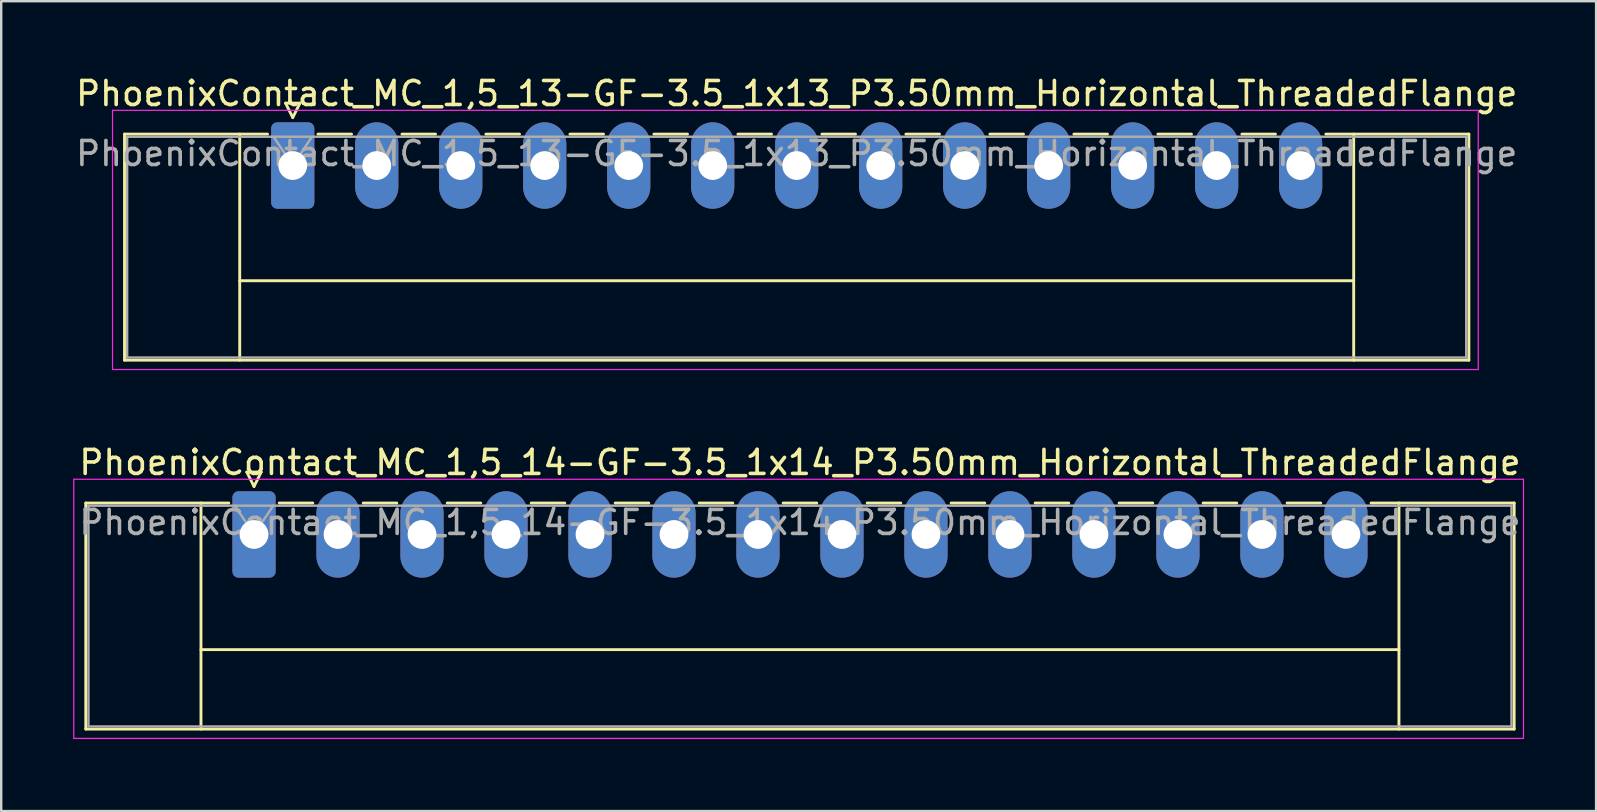
<source format=kicad_pcb>
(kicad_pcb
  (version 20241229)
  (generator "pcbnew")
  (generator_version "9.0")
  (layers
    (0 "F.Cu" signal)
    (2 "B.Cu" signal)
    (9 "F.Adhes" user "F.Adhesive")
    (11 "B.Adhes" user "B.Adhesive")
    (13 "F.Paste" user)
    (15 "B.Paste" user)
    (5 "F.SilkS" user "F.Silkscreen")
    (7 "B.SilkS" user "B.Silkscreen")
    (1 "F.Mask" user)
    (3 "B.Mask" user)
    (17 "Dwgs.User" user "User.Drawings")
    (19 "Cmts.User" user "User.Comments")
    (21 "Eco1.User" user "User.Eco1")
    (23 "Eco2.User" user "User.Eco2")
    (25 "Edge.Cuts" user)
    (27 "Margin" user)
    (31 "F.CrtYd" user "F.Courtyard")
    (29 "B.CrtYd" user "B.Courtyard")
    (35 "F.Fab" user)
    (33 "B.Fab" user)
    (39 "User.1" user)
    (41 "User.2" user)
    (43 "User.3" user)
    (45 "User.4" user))
  (footprint "PhoenixContact_MC_1,5_13-GF-3.5_1x13_P3.50mm_Horizontal_ThreadedFlange"
    (layer "F.Cu")
    (at 9.149 3.848)
    (property "Reference" "PhoenixContact_MC_1,5_13-GF-3.5_1x13_P3.50mm_Horizontal_ThreadedFlange" (at 21 -3 0) (layer "F.SilkS") (effects (font (size 1 1) (thickness 0.15))))
    (attr through_hole)
    (fp_line (start -7.01 -1.31) (end -7.01 8.11) (stroke (width 0.12) (type solid)) (layer "F.SilkS"))
    (fp_line (start -7.01 -1.31) (end -1.05 -1.31) (stroke (width 0.12) (type solid)) (layer "F.SilkS"))
    (fp_line (start -7.01 8.11) (end 49.01 8.11) (stroke (width 0.12) (type solid)) (layer "F.SilkS"))
    (fp_line (start -2.21 -1.31) (end -2.21 8.11) (stroke (width 0.12) (type solid)) (layer "F.SilkS"))
    (fp_line (start -2.21 4.8) (end 44.21 4.8) (stroke (width 0.12) (type solid)) (layer "F.SilkS"))
    (fp_line (start -0.3 -2.6) (end 0.3 -2.6) (stroke (width 0.12) (type solid)) (layer "F.SilkS"))
    (fp_line (start 0 -2) (end -0.3 -2.6) (stroke (width 0.12) (type solid)) (layer "F.SilkS"))
    (fp_line (start 0.3 -2.6) (end 0 -2) (stroke (width 0.12) (type solid)) (layer "F.SilkS"))
    (fp_line (start 1.05 -1.31) (end 2.45 -1.31) (stroke (width 0.12) (type solid)) (layer "F.SilkS"))
    (fp_line (start 4.55 -1.31) (end 5.95 -1.31) (stroke (width 0.12) (type solid)) (layer "F.SilkS"))
    (fp_line (start 8.05 -1.31) (end 9.45 -1.31) (stroke (width 0.12) (type solid)) (layer "F.SilkS"))
    (fp_line (start 11.55 -1.31) (end 12.95 -1.31) (stroke (width 0.12) (type solid)) (layer "F.SilkS"))
    (fp_line (start 15.05 -1.31) (end 16.45 -1.31) (stroke (width 0.12) (type solid)) (layer "F.SilkS"))
    (fp_line (start 18.55 -1.31) (end 19.95 -1.31) (stroke (width 0.12) (type solid)) (layer "F.SilkS"))
    (fp_line (start 22.05 -1.31) (end 23.45 -1.31) (stroke (width 0.12) (type solid)) (layer "F.SilkS"))
    (fp_line (start 25.55 -1.31) (end 26.95 -1.31) (stroke (width 0.12) (type solid)) (layer "F.SilkS"))
    (fp_line (start 29.05 -1.31) (end 30.45 -1.31) (stroke (width 0.12) (type solid)) (layer "F.SilkS"))
    (fp_line (start 32.55 -1.31) (end 33.95 -1.31) (stroke (width 0.12) (type solid)) (layer "F.SilkS"))
    (fp_line (start 36.05 -1.31) (end 37.45 -1.31) (stroke (width 0.12) (type solid)) (layer "F.SilkS"))
    (fp_line (start 39.55 -1.31) (end 40.95 -1.31) (stroke (width 0.12) (type solid)) (layer "F.SilkS"))
    (fp_line (start 44.21 -1.31) (end 44.21 8.11) (stroke (width 0.12) (type solid)) (layer "F.SilkS"))
    (fp_line (start 49.01 -1.31) (end 43.05 -1.31) (stroke (width 0.12) (type solid)) (layer "F.SilkS"))
    (fp_line (start 49.01 8.11) (end 49.01 -1.31) (stroke (width 0.12) (type solid)) (layer "F.SilkS"))
    (fp_line (start -7.51 -2.3) (end -7.51 8.5) (stroke (width 0.05) (type solid)) (layer "F.CrtYd"))
    (fp_line (start -7.51 8.5) (end 49.4 8.5) (stroke (width 0.05) (type solid)) (layer "F.CrtYd"))
    (fp_line (start 49.4 -2.3) (end -7.51 -2.3) (stroke (width 0.05) (type solid)) (layer "F.CrtYd"))
    (fp_line (start 49.4 8.5) (end 49.4 -2.3) (stroke (width 0.05) (type solid)) (layer "F.CrtYd"))
    (fp_line (start -6.9 -1.2) (end -6.9 8) (stroke (width 0.1) (type solid)) (layer "F.Fab"))
    (fp_line (start -6.9 8) (end 48.9 8) (stroke (width 0.1) (type solid)) (layer "F.Fab"))
    (fp_line (start 0 0) (end -0.8 -1.2) (stroke (width 0.1) (type solid)) (layer "F.Fab"))
    (fp_line (start 0.8 -1.2) (end 0 0) (stroke (width 0.1) (type solid)) (layer "F.Fab"))
    (fp_line (start 48.9 -1.2) (end -6.9 -1.2) (stroke (width 0.1) (type solid)) (layer "F.Fab"))
    (fp_line (start 48.9 8) (end 48.9 -1.2) (stroke (width 0.1) (type solid)) (layer "F.Fab"))
    (fp_text user "${REFERENCE}" (at 21 -0.5 0) (layer "F.Fab") (effects (font (size 1 1) (thickness 0.15))))
    (pad "1" thru_hole roundrect (at 0 0) (size 1.8 3.6) (drill 1.2) (layers "*.Cu" "*.Mask") (roundrect_rratio 0.139))
    (pad "2" thru_hole oval (at 3.5 0) (size 1.8 3.6) (drill 1.2) (layers "*.Cu" "*.Mask"))
    (pad "3" thru_hole oval (at 7 0) (size 1.8 3.6) (drill 1.2) (layers "*.Cu" "*.Mask"))
    (pad "4" thru_hole oval (at 10.5 0) (size 1.8 3.6) (drill 1.2) (layers "*.Cu" "*.Mask"))
    (pad "5" thru_hole oval (at 14 0) (size 1.8 3.6) (drill 1.2) (layers "*.Cu" "*.Mask"))
    (pad "6" thru_hole oval (at 17.5 0) (size 1.8 3.6) (drill 1.2) (layers "*.Cu" "*.Mask"))
    (pad "7" thru_hole oval (at 21 0) (size 1.8 3.6) (drill 1.2) (layers "*.Cu" "*.Mask"))
    (pad "8" thru_hole oval (at 24.5 0) (size 1.8 3.6) (drill 1.2) (layers "*.Cu" "*.Mask"))
    (pad "9" thru_hole oval (at 28 0) (size 1.8 3.6) (drill 1.2) (layers "*.Cu" "*.Mask"))
    (pad "10" thru_hole oval (at 31.5 0) (size 1.8 3.6) (drill 1.2) (layers "*.Cu" "*.Mask"))
    (pad "11" thru_hole oval (at 35 0) (size 1.8 3.6) (drill 1.2) (layers "*.Cu" "*.Mask"))
    (pad "12" thru_hole oval (at 38.5 0) (size 1.8 3.6) (drill 1.2) (layers "*.Cu" "*.Mask"))
    (pad "13" thru_hole oval (at 42 0) (size 1.8 3.6) (drill 1.2) (layers "*.Cu" "*.Mask")))
  (footprint "PhoenixContact_MC_1,5_14-GF-3.5_1x14_P3.50mm_Horizontal_ThreadedFlange"
    (layer "F.Cu")
    (at 7.535 19.221)
    (property "Reference" "PhoenixContact_MC_1,5_14-GF-3.5_1x14_P3.50mm_Horizontal_ThreadedFlange" (at 22.75 -3 0) (layer "F.SilkS") (effects (font (size 1 1) (thickness 0.15))))
    (attr through_hole)
    (fp_line (start -7.01 -1.31) (end -7.01 8.11) (stroke (width 0.12) (type solid)) (layer "F.SilkS"))
    (fp_line (start -7.01 -1.31) (end -1.05 -1.31) (stroke (width 0.12) (type solid)) (layer "F.SilkS"))
    (fp_line (start -7.01 8.11) (end 52.51 8.11) (stroke (width 0.12) (type solid)) (layer "F.SilkS"))
    (fp_line (start -2.21 -1.31) (end -2.21 8.11) (stroke (width 0.12) (type solid)) (layer "F.SilkS"))
    (fp_line (start -2.21 4.8) (end 47.71 4.8) (stroke (width 0.12) (type solid)) (layer "F.SilkS"))
    (fp_line (start -0.3 -2.6) (end 0.3 -2.6) (stroke (width 0.12) (type solid)) (layer "F.SilkS"))
    (fp_line (start 0 -2) (end -0.3 -2.6) (stroke (width 0.12) (type solid)) (layer "F.SilkS"))
    (fp_line (start 0.3 -2.6) (end 0 -2) (stroke (width 0.12) (type solid)) (layer "F.SilkS"))
    (fp_line (start 1.05 -1.31) (end 2.45 -1.31) (stroke (width 0.12) (type solid)) (layer "F.SilkS"))
    (fp_line (start 4.55 -1.31) (end 5.95 -1.31) (stroke (width 0.12) (type solid)) (layer "F.SilkS"))
    (fp_line (start 8.05 -1.31) (end 9.45 -1.31) (stroke (width 0.12) (type solid)) (layer "F.SilkS"))
    (fp_line (start 11.55 -1.31) (end 12.95 -1.31) (stroke (width 0.12) (type solid)) (layer "F.SilkS"))
    (fp_line (start 15.05 -1.31) (end 16.45 -1.31) (stroke (width 0.12) (type solid)) (layer "F.SilkS"))
    (fp_line (start 18.55 -1.31) (end 19.95 -1.31) (stroke (width 0.12) (type solid)) (layer "F.SilkS"))
    (fp_line (start 22.05 -1.31) (end 23.45 -1.31) (stroke (width 0.12) (type solid)) (layer "F.SilkS"))
    (fp_line (start 25.55 -1.31) (end 26.95 -1.31) (stroke (width 0.12) (type solid)) (layer "F.SilkS"))
    (fp_line (start 29.05 -1.31) (end 30.45 -1.31) (stroke (width 0.12) (type solid)) (layer "F.SilkS"))
    (fp_line (start 32.55 -1.31) (end 33.95 -1.31) (stroke (width 0.12) (type solid)) (layer "F.SilkS"))
    (fp_line (start 36.05 -1.31) (end 37.45 -1.31) (stroke (width 0.12) (type solid)) (layer "F.SilkS"))
    (fp_line (start 39.55 -1.31) (end 40.95 -1.31) (stroke (width 0.12) (type solid)) (layer "F.SilkS"))
    (fp_line (start 43.05 -1.31) (end 44.45 -1.31) (stroke (width 0.12) (type solid)) (layer "F.SilkS"))
    (fp_line (start 47.71 -1.31) (end 47.71 8.11) (stroke (width 0.12) (type solid)) (layer "F.SilkS"))
    (fp_line (start 52.51 -1.31) (end 46.55 -1.31) (stroke (width 0.12) (type solid)) (layer "F.SilkS"))
    (fp_line (start 52.51 8.11) (end 52.51 -1.31) (stroke (width 0.12) (type solid)) (layer "F.SilkS"))
    (fp_line (start -7.51 -2.3) (end -7.51 8.5) (stroke (width 0.05) (type solid)) (layer "F.CrtYd"))
    (fp_line (start -7.51 8.5) (end 52.9 8.5) (stroke (width 0.05) (type solid)) (layer "F.CrtYd"))
    (fp_line (start 52.9 -2.3) (end -7.51 -2.3) (stroke (width 0.05) (type solid)) (layer "F.CrtYd"))
    (fp_line (start 52.9 8.5) (end 52.9 -2.3) (stroke (width 0.05) (type solid)) (layer "F.CrtYd"))
    (fp_line (start -6.9 -1.2) (end -6.9 8) (stroke (width 0.1) (type solid)) (layer "F.Fab"))
    (fp_line (start -6.9 8) (end 52.4 8) (stroke (width 0.1) (type solid)) (layer "F.Fab"))
    (fp_line (start 0 0) (end -0.8 -1.2) (stroke (width 0.1) (type solid)) (layer "F.Fab"))
    (fp_line (start 0.8 -1.2) (end 0 0) (stroke (width 0.1) (type solid)) (layer "F.Fab"))
    (fp_line (start 52.4 -1.2) (end -6.9 -1.2) (stroke (width 0.1) (type solid)) (layer "F.Fab"))
    (fp_line (start 52.4 8) (end 52.4 -1.2) (stroke (width 0.1) (type solid)) (layer "F.Fab"))
    (fp_text user "${REFERENCE}" (at 22.75 -0.5 0) (layer "F.Fab") (effects (font (size 1 1) (thickness 0.15))))
    (pad "1" thru_hole roundrect (at 0 0) (size 1.8 3.6) (drill 1.2) (layers "*.Cu" "*.Mask") (roundrect_rratio 0.139))
    (pad "2" thru_hole oval (at 3.5 0) (size 1.8 3.6) (drill 1.2) (layers "*.Cu" "*.Mask"))
    (pad "3" thru_hole oval (at 7 0) (size 1.8 3.6) (drill 1.2) (layers "*.Cu" "*.Mask"))
    (pad "4" thru_hole oval (at 10.5 0) (size 1.8 3.6) (drill 1.2) (layers "*.Cu" "*.Mask"))
    (pad "5" thru_hole oval (at 14 0) (size 1.8 3.6) (drill 1.2) (layers "*.Cu" "*.Mask"))
    (pad "6" thru_hole oval (at 17.5 0) (size 1.8 3.6) (drill 1.2) (layers "*.Cu" "*.Mask"))
    (pad "7" thru_hole oval (at 21 0) (size 1.8 3.6) (drill 1.2) (layers "*.Cu" "*.Mask"))
    (pad "8" thru_hole oval (at 24.5 0) (size 1.8 3.6) (drill 1.2) (layers "*.Cu" "*.Mask"))
    (pad "9" thru_hole oval (at 28 0) (size 1.8 3.6) (drill 1.2) (layers "*.Cu" "*.Mask"))
    (pad "10" thru_hole oval (at 31.5 0) (size 1.8 3.6) (drill 1.2) (layers "*.Cu" "*.Mask"))
    (pad "11" thru_hole oval (at 35 0) (size 1.8 3.6) (drill 1.2) (layers "*.Cu" "*.Mask"))
    (pad "12" thru_hole oval (at 38.5 0) (size 1.8 3.6) (drill 1.2) (layers "*.Cu" "*.Mask"))
    (pad "13" thru_hole oval (at 42 0) (size 1.8 3.6) (drill 1.2) (layers "*.Cu" "*.Mask"))
    (pad "14" thru_hole oval (at 45.5 0) (size 1.8 3.6) (drill 1.2) (layers "*.Cu" "*.Mask")))
  (gr_rect
    (start -3 -3)
    (end 63.46 30.747)
    (stroke (width 0.1) (type default))
    (fill no)
    (layer "Edge.Cuts")))
</source>
